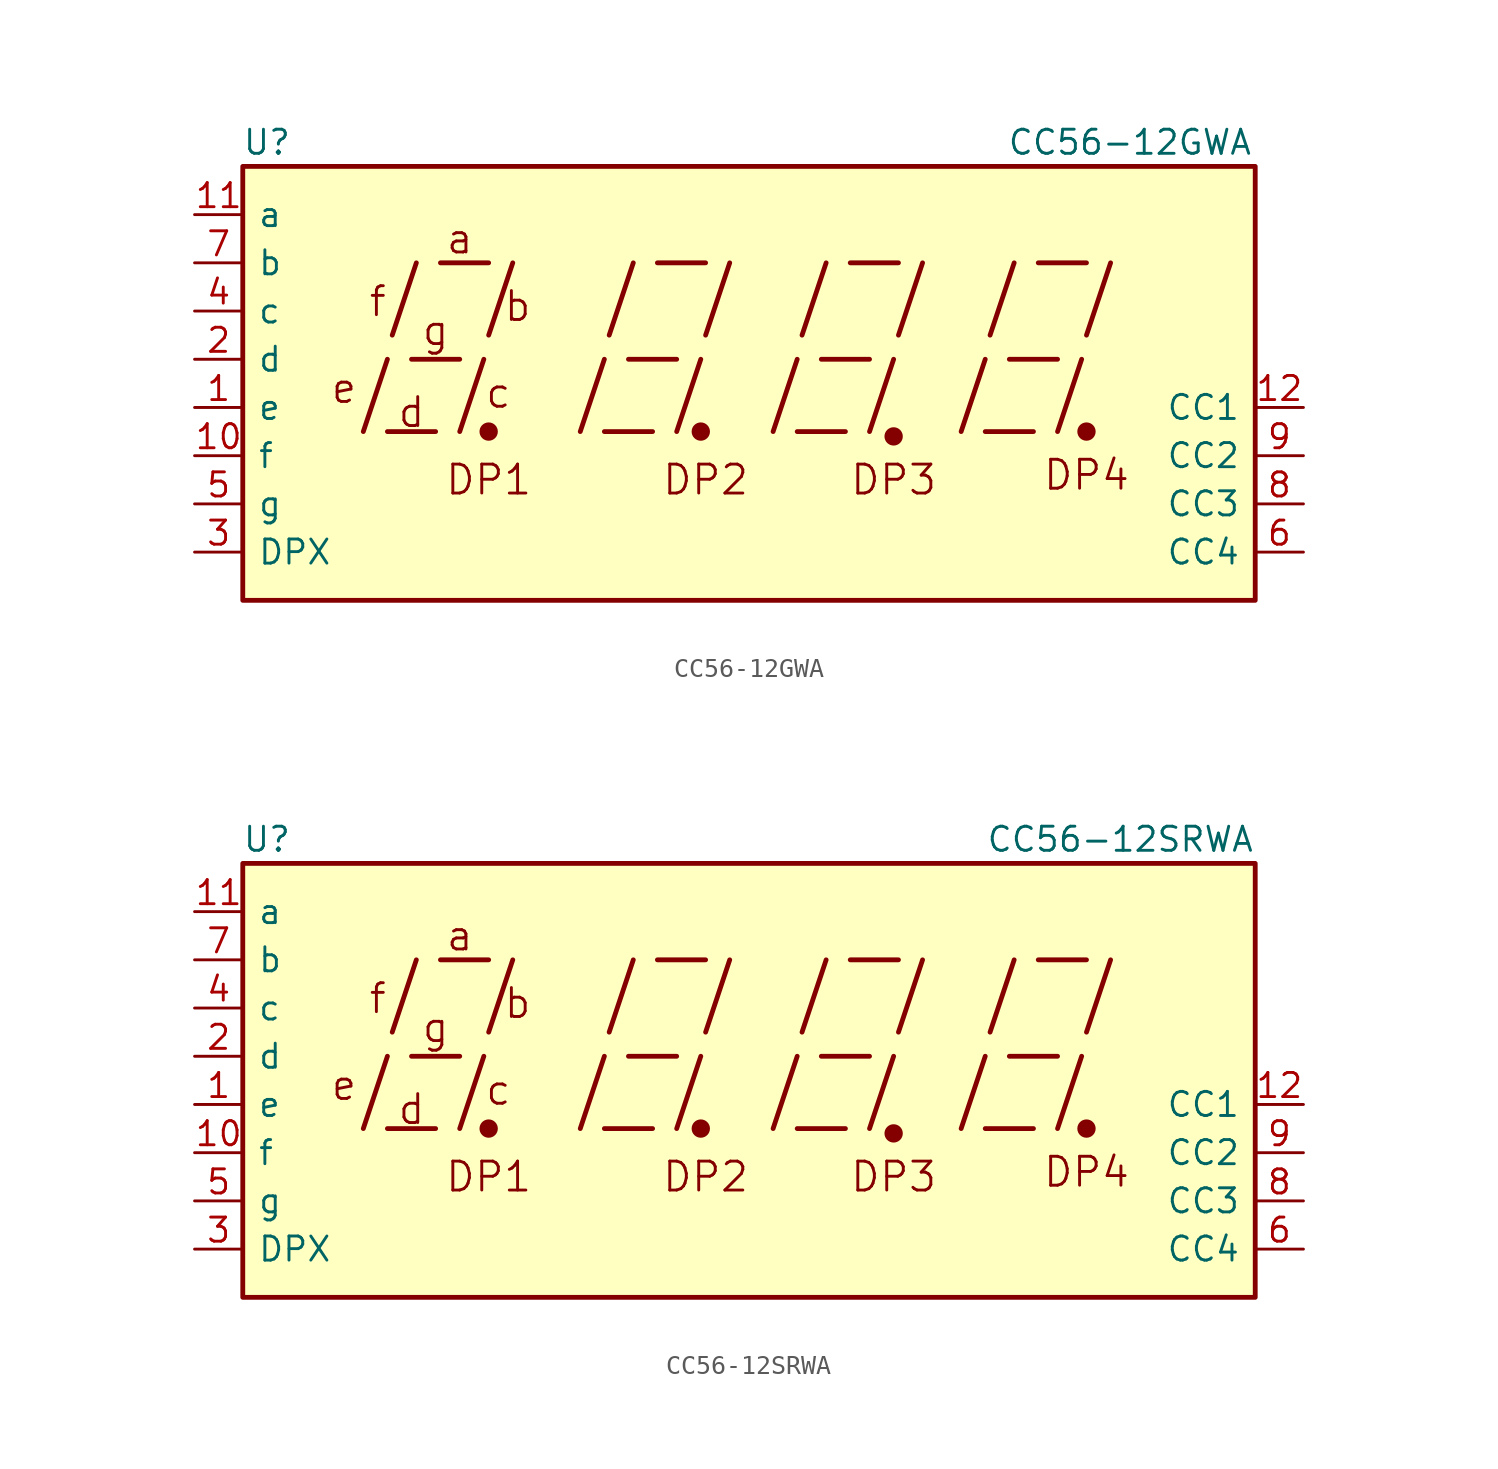
<source format=kicad_sym>
(kicad_symbol_lib
  (version 20231120)
  (generator "kicad_symbol_editor")
  (generator_version "8.0")
  (symbol "CC56-12GWA"
    (pin_names
      (offset 0.762))
    (property "Reference" "U"
      (at -24.13 11.43 0)
      (effects (font (size 1.27 1.27))))
    (property "Value" "CC56-12GWA"
      (at 21.336 11.43 0)
      (effects (font (size 1.27 1.27))))
    (symbol "CC56-12GWA_0_0"
      (rectangle (start -25.4 10.16) (end 27.94 -12.7) (stroke (width 0.254) (type default)) (fill (type background)))
      (polyline (pts (xy -19.05 -3.81) (xy -17.78 0)) (stroke (width 0.254) (type default)) (fill (type none)))
      (polyline (pts (xy -17.78 -3.81) (xy -15.24 -3.81)) (stroke (width 0.254) (type default)) (fill (type none)))
      (polyline (pts (xy -17.526 1.27) (xy -16.256 5.08)) (stroke (width 0.254) (type default)) (fill (type none)))
      (polyline (pts (xy -16.51 0) (xy -13.97 0)) (stroke (width 0.254) (type default)) (fill (type none)))
      (polyline (pts (xy -14.986 5.08) (xy -12.446 5.08)) (stroke (width 0.254) (type default)) (fill (type none)))
      (polyline (pts (xy -13.97 -3.81) (xy -12.7 0)) (stroke (width 0.254) (type default)) (fill (type none)))
      (polyline (pts (xy -12.446 1.27) (xy -11.176 5.08)) (stroke (width 0.254) (type default)) (fill (type none)))
      (polyline (pts (xy -7.62 -3.81) (xy -6.35 0)) (stroke (width 0.254) (type default)) (fill (type none)))
      (polyline (pts (xy -6.35 -3.81) (xy -3.81 -3.81)) (stroke (width 0.254) (type default)) (fill (type none)))
      (polyline (pts (xy -6.096 1.27) (xy -4.826 5.08)) (stroke (width 0.254) (type default)) (fill (type none)))
      (polyline (pts (xy -5.08 0) (xy -2.54 0)) (stroke (width 0.254) (type default)) (fill (type none)))
      (polyline (pts (xy -3.556 5.08) (xy -1.016 5.08)) (stroke (width 0.254) (type default)) (fill (type none)))
      (polyline (pts (xy -2.54 -3.81) (xy -1.27 0)) (stroke (width 0.254) (type default)) (fill (type none)))
      (polyline (pts (xy -1.016 1.27) (xy 0.254 5.08)) (stroke (width 0.254) (type default)) (fill (type none)))
      (polyline (pts (xy 2.54 -3.81) (xy 3.81 0)) (stroke (width 0.254) (type default)) (fill (type none)))
      (polyline (pts (xy 3.81 -3.81) (xy 6.35 -3.81)) (stroke (width 0.254) (type default)) (fill (type none)))
      (polyline (pts (xy 4.064 1.27) (xy 5.334 5.08)) (stroke (width 0.254) (type default)) (fill (type none)))
      (polyline (pts (xy 5.08 0) (xy 7.62 0)) (stroke (width 0.254) (type default)) (fill (type none)))
      (polyline (pts (xy 6.604 5.08) (xy 9.144 5.08)) (stroke (width 0.254) (type default)) (fill (type none)))
      (polyline (pts (xy 7.62 -3.81) (xy 8.89 0)) (stroke (width 0.254) (type default)) (fill (type none)))
      (polyline (pts (xy 9.144 1.27) (xy 10.414 5.08)) (stroke (width 0.254) (type default)) (fill (type none)))
      (polyline (pts (xy 12.446 -3.81) (xy 13.716 0)) (stroke (width 0.254) (type default)) (fill (type none)))
      (polyline (pts (xy 13.716 -3.81) (xy 16.256 -3.81)) (stroke (width 0.254) (type default)) (fill (type none)))
      (polyline (pts (xy 13.97 1.27) (xy 15.24 5.08)) (stroke (width 0.254) (type default)) (fill (type none)))
      (polyline (pts (xy 14.986 0) (xy 17.526 0)) (stroke (width 0.254) (type default)) (fill (type none)))
      (polyline (pts (xy 16.51 5.08) (xy 19.05 5.08)) (stroke (width 0.254) (type default)) (fill (type none)))
      (polyline (pts (xy 17.526 -3.81) (xy 18.796 0)) (stroke (width 0.254) (type default)) (fill (type none)))
      (polyline (pts (xy 19.05 1.27) (xy 20.32 5.08)) (stroke (width 0.254) (type default)) (fill (type none)))
      (text "a" (at -13.97 6.35 0) (effects (font (size 1.524 1.524))))
      (text "b" (at -10.922 2.794 0) (effects (font (size 1.524 1.524))))
      (text "c" (at -11.938 -1.778 0) (effects (font (size 1.524 1.524))))
      (text "d" (at -16.51 -2.794 0) (effects (font (size 1.524 1.524))))
      (text "DP1" (at -12.446 -6.35 0) (effects (font (size 1.524 1.524))))
      (text "DP2" (at -1.016 -6.35 0) (effects (font (size 1.524 1.524))))
      (text "DP3" (at 8.89 -6.35 0) (effects (font (size 1.524 1.524))))
      (text "DP4" (at 19.05 -6.096 0) (effects (font (size 1.524 1.524))))
      (text "e" (at -20.066 -1.524 0) (effects (font (size 1.524 1.524))))
      (text "f" (at -18.288 3.048 0) (effects (font (size 1.524 1.524))))
      (text "g" (at -15.24 1.524 0) (effects (font (size 1.524 1.524)))))
    (symbol "CC56-12GWA_0_1"
      (circle (center -12.446 -3.81) (radius 0.356) (stroke (width 0.254) (type default)) (fill (type outline)))
      (circle (center -1.27 -3.81) (radius 0.356) (stroke (width 0.254) (type default)) (fill (type outline))))
    (symbol "CC56-12GWA_1_0"
      (circle (center 8.89 -4.064) (radius 0.356) (stroke (width 0.254) (type default)) (fill (type outline)))
      (circle (center 19.05 -3.81) (radius 0.356) (stroke (width 0.254) (type default)) (fill (type outline))))
    (symbol "CC56-12GWA_1_1"
      (pin input line (at -27.94 -2.54 0) (length 2.54) (name "e" (effects (font (size 1.27 1.27)))) (number "1" (effects (font (size 1.27 1.27)))))
      (pin input line (at -27.94 -5.08 0) (length 2.54) (name "f" (effects (font (size 1.27 1.27)))) (number "10" (effects (font (size 1.27 1.27)))))
      (pin input line (at -27.94 7.62 0) (length 2.54) (name "a" (effects (font (size 1.27 1.27)))) (number "11" (effects (font (size 1.27 1.27)))))
      (pin input line (at 30.48 -2.54 180) (length 2.54) (name "CC1" (effects (font (size 1.27 1.27)))) (number "12" (effects (font (size 1.27 1.27)))))
      (pin input line (at -27.94 0 0) (length 2.54) (name "d" (effects (font (size 1.27 1.27)))) (number "2" (effects (font (size 1.27 1.27)))))
      (pin input line (at -27.94 -10.16 0) (length 2.54) (name "DPX" (effects (font (size 1.27 1.27)))) (number "3" (effects (font (size 1.27 1.27)))))
      (pin input line (at -27.94 2.54 0) (length 2.54) (name "c" (effects (font (size 1.27 1.27)))) (number "4" (effects (font (size 1.27 1.27)))))
      (pin input line (at -27.94 -7.62 0) (length 2.54) (name "g" (effects (font (size 1.27 1.27)))) (number "5" (effects (font (size 1.27 1.27)))))
      (pin input line (at 30.48 -10.16 180) (length 2.54) (name "CC4" (effects (font (size 1.27 1.27)))) (number "6" (effects (font (size 1.27 1.27)))))
      (pin input line (at -27.94 5.08 0) (length 2.54) (name "b" (effects (font (size 1.27 1.27)))) (number "7" (effects (font (size 1.27 1.27)))))
      (pin input line (at 30.48 -7.62 180) (length 2.54) (name "CC3" (effects (font (size 1.27 1.27)))) (number "8" (effects (font (size 1.27 1.27)))))
      (pin input line (at 30.48 -5.08 180) (length 2.54) (name "CC2" (effects (font (size 1.27 1.27)))) (number "9" (effects (font (size 1.27 1.27)))))))
  (symbol "CC56-12SRWA"
    (pin_names
      (offset 0.762))
    (property "Reference" "U"
      (at -24.13 11.43 0)
      (effects (font (size 1.27 1.27))))
    (property "Value" "CC56-12SRWA"
      (at 20.828 11.43 0)
      (effects (font (size 1.27 1.27))))
    (symbol "CC56-12SRWA_0_0"
      (rectangle (start -25.4 10.16) (end 27.94 -12.7) (stroke (width 0.254) (type default)) (fill (type background)))
      (polyline (pts (xy -19.05 -3.81) (xy -17.78 0)) (stroke (width 0.254) (type default)) (fill (type none)))
      (polyline (pts (xy -17.78 -3.81) (xy -15.24 -3.81)) (stroke (width 0.254) (type default)) (fill (type none)))
      (polyline (pts (xy -17.526 1.27) (xy -16.256 5.08)) (stroke (width 0.254) (type default)) (fill (type none)))
      (polyline (pts (xy -16.51 0) (xy -13.97 0)) (stroke (width 0.254) (type default)) (fill (type none)))
      (polyline (pts (xy -14.986 5.08) (xy -12.446 5.08)) (stroke (width 0.254) (type default)) (fill (type none)))
      (polyline (pts (xy -13.97 -3.81) (xy -12.7 0)) (stroke (width 0.254) (type default)) (fill (type none)))
      (polyline (pts (xy -12.446 1.27) (xy -11.176 5.08)) (stroke (width 0.254) (type default)) (fill (type none)))
      (polyline (pts (xy -7.62 -3.81) (xy -6.35 0)) (stroke (width 0.254) (type default)) (fill (type none)))
      (polyline (pts (xy -6.35 -3.81) (xy -3.81 -3.81)) (stroke (width 0.254) (type default)) (fill (type none)))
      (polyline (pts (xy -6.096 1.27) (xy -4.826 5.08)) (stroke (width 0.254) (type default)) (fill (type none)))
      (polyline (pts (xy -5.08 0) (xy -2.54 0)) (stroke (width 0.254) (type default)) (fill (type none)))
      (polyline (pts (xy -3.556 5.08) (xy -1.016 5.08)) (stroke (width 0.254) (type default)) (fill (type none)))
      (polyline (pts (xy -2.54 -3.81) (xy -1.27 0)) (stroke (width 0.254) (type default)) (fill (type none)))
      (polyline (pts (xy -1.016 1.27) (xy 0.254 5.08)) (stroke (width 0.254) (type default)) (fill (type none)))
      (polyline (pts (xy 2.54 -3.81) (xy 3.81 0)) (stroke (width 0.254) (type default)) (fill (type none)))
      (polyline (pts (xy 3.81 -3.81) (xy 6.35 -3.81)) (stroke (width 0.254) (type default)) (fill (type none)))
      (polyline (pts (xy 4.064 1.27) (xy 5.334 5.08)) (stroke (width 0.254) (type default)) (fill (type none)))
      (polyline (pts (xy 5.08 0) (xy 7.62 0)) (stroke (width 0.254) (type default)) (fill (type none)))
      (polyline (pts (xy 6.604 5.08) (xy 9.144 5.08)) (stroke (width 0.254) (type default)) (fill (type none)))
      (polyline (pts (xy 7.62 -3.81) (xy 8.89 0)) (stroke (width 0.254) (type default)) (fill (type none)))
      (polyline (pts (xy 9.144 1.27) (xy 10.414 5.08)) (stroke (width 0.254) (type default)) (fill (type none)))
      (polyline (pts (xy 12.446 -3.81) (xy 13.716 0)) (stroke (width 0.254) (type default)) (fill (type none)))
      (polyline (pts (xy 13.716 -3.81) (xy 16.256 -3.81)) (stroke (width 0.254) (type default)) (fill (type none)))
      (polyline (pts (xy 13.97 1.27) (xy 15.24 5.08)) (stroke (width 0.254) (type default)) (fill (type none)))
      (polyline (pts (xy 14.986 0) (xy 17.526 0)) (stroke (width 0.254) (type default)) (fill (type none)))
      (polyline (pts (xy 16.51 5.08) (xy 19.05 5.08)) (stroke (width 0.254) (type default)) (fill (type none)))
      (polyline (pts (xy 17.526 -3.81) (xy 18.796 0)) (stroke (width 0.254) (type default)) (fill (type none)))
      (polyline (pts (xy 19.05 1.27) (xy 20.32 5.08)) (stroke (width 0.254) (type default)) (fill (type none)))
      (text "a" (at -13.97 6.35 0) (effects (font (size 1.524 1.524))))
      (text "b" (at -10.922 2.794 0) (effects (font (size 1.524 1.524))))
      (text "c" (at -11.938 -1.778 0) (effects (font (size 1.524 1.524))))
      (text "d" (at -16.51 -2.794 0) (effects (font (size 1.524 1.524))))
      (text "DP1" (at -12.446 -6.35 0) (effects (font (size 1.524 1.524))))
      (text "DP2" (at -1.016 -6.35 0) (effects (font (size 1.524 1.524))))
      (text "DP3" (at 8.89 -6.35 0) (effects (font (size 1.524 1.524))))
      (text "DP4" (at 19.05 -6.096 0) (effects (font (size 1.524 1.524))))
      (text "e" (at -20.066 -1.524 0) (effects (font (size 1.524 1.524))))
      (text "f" (at -18.288 3.048 0) (effects (font (size 1.524 1.524))))
      (text "g" (at -15.24 1.524 0) (effects (font (size 1.524 1.524)))))
    (symbol "CC56-12SRWA_0_1"
      (circle (center -12.446 -3.81) (radius 0.356) (stroke (width 0.254) (type default)) (fill (type outline)))
      (circle (center -1.27 -3.81) (radius 0.356) (stroke (width 0.254) (type default)) (fill (type outline))))
    (symbol "CC56-12SRWA_1_0"
      (circle (center 8.89 -4.064) (radius 0.356) (stroke (width 0.254) (type default)) (fill (type outline)))
      (circle (center 19.05 -3.81) (radius 0.356) (stroke (width 0.254) (type default)) (fill (type outline))))
    (symbol "CC56-12SRWA_1_1"
      (pin input line (at -27.94 -2.54 0) (length 2.54) (name "e" (effects (font (size 1.27 1.27)))) (number "1" (effects (font (size 1.27 1.27)))))
      (pin input line (at -27.94 -5.08 0) (length 2.54) (name "f" (effects (font (size 1.27 1.27)))) (number "10" (effects (font (size 1.27 1.27)))))
      (pin input line (at -27.94 7.62 0) (length 2.54) (name "a" (effects (font (size 1.27 1.27)))) (number "11" (effects (font (size 1.27 1.27)))))
      (pin input line (at 30.48 -2.54 180) (length 2.54) (name "CC1" (effects (font (size 1.27 1.27)))) (number "12" (effects (font (size 1.27 1.27)))))
      (pin input line (at -27.94 0 0) (length 2.54) (name "d" (effects (font (size 1.27 1.27)))) (number "2" (effects (font (size 1.27 1.27)))))
      (pin input line (at -27.94 -10.16 0) (length 2.54) (name "DPX" (effects (font (size 1.27 1.27)))) (number "3" (effects (font (size 1.27 1.27)))))
      (pin input line (at -27.94 2.54 0) (length 2.54) (name "c" (effects (font (size 1.27 1.27)))) (number "4" (effects (font (size 1.27 1.27)))))
      (pin input line (at -27.94 -7.62 0) (length 2.54) (name "g" (effects (font (size 1.27 1.27)))) (number "5" (effects (font (size 1.27 1.27)))))
      (pin input line (at 30.48 -10.16 180) (length 2.54) (name "CC4" (effects (font (size 1.27 1.27)))) (number "6" (effects (font (size 1.27 1.27)))))
      (pin input line (at -27.94 5.08 0) (length 2.54) (name "b" (effects (font (size 1.27 1.27)))) (number "7" (effects (font (size 1.27 1.27)))))
      (pin input line (at 30.48 -7.62 180) (length 2.54) (name "CC3" (effects (font (size 1.27 1.27)))) (number "8" (effects (font (size 1.27 1.27)))))
      (pin input line (at 30.48 -5.08 180) (length 2.54) (name "CC2" (effects (font (size 1.27 1.27)))) (number "9" (effects (font (size 1.27 1.27))))))))
</source>
